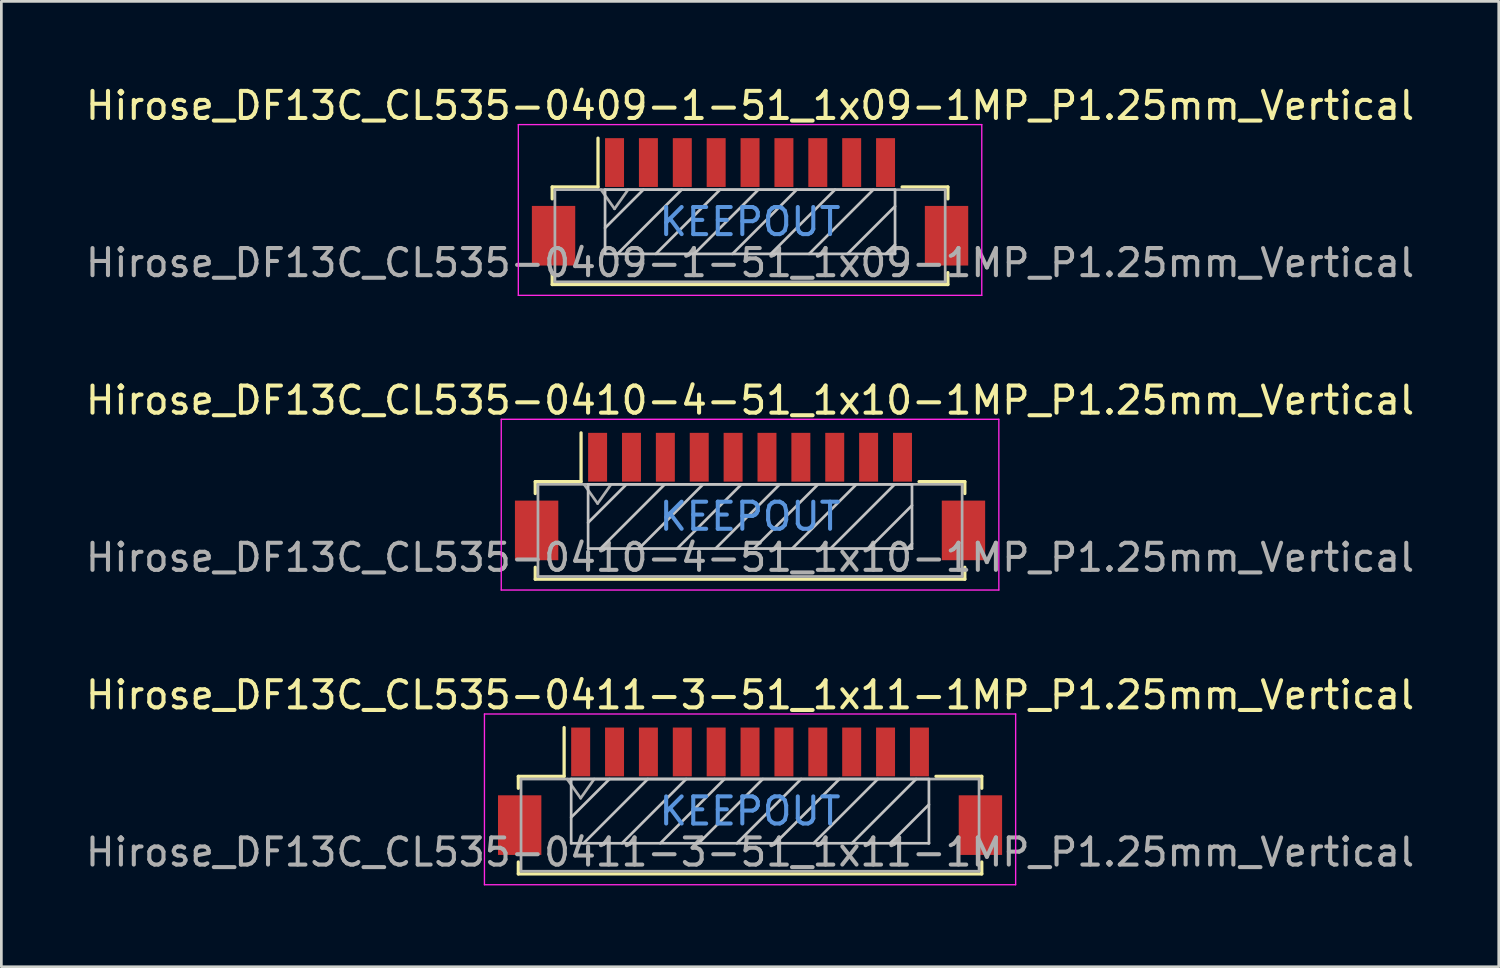
<source format=kicad_pcb>
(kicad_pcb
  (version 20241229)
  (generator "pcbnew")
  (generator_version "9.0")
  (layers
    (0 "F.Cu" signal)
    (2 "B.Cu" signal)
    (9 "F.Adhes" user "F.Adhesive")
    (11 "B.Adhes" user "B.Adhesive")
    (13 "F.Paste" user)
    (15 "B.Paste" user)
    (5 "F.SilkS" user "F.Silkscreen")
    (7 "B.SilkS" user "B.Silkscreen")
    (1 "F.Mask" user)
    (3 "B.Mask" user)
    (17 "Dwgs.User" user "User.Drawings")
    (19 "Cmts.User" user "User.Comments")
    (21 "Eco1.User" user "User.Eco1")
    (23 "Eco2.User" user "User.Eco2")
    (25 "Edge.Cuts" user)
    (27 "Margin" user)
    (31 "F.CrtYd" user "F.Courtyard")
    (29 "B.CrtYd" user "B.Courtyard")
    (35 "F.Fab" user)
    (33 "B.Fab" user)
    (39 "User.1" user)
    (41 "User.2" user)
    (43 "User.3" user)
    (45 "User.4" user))
  (footprint "Hirose_DF13C_CL535-0411-3-51_1x11-1MP_P1.25mm_Vertical"
    (layer "F.Cu")
    (at 24.625 26.145)
    (property "Reference" "Hirose_DF13C_CL535-0411-3-51_1x11-1MP_P1.25mm_Vertical" (at 0 -3.55 0) (layer "F.SilkS") (effects (font (size 1 1) (thickness 0.15))))
    (attr smd)
    (fp_line (start -8.55 -0.55) (end -8.55 -0.11) (stroke (width 0.12) (type solid)) (layer "F.SilkS"))
    (fp_line (start -8.55 2.61) (end -8.55 3.05) (stroke (width 0.12) (type solid)) (layer "F.SilkS"))
    (fp_line (start -8.55 3.05) (end 8.55 3.05) (stroke (width 0.12) (type solid)) (layer "F.SilkS"))
    (fp_line (start -6.86 -0.55) (end -8.55 -0.55) (stroke (width 0.12) (type solid)) (layer "F.SilkS"))
    (fp_line (start -6.86 -0.55) (end -6.86 -2.35) (stroke (width 0.12) (type solid)) (layer "F.SilkS"))
    (fp_line (start 6.86 -0.55) (end 8.55 -0.55) (stroke (width 0.12) (type solid)) (layer "F.SilkS"))
    (fp_line (start 8.55 -0.55) (end 8.55 -0.11) (stroke (width 0.12) (type solid)) (layer "F.SilkS"))
    (fp_line (start 8.55 3.05) (end 8.55 2.61) (stroke (width 0.12) (type solid)) (layer "F.SilkS"))
    (fp_line (start -6.6 -0.45) (end -6.6 1.92) (stroke (width 0.1) (type solid)) (layer "Dwgs.User"))
    (fp_line (start -6.6 1.92) (end 6.6 1.92) (stroke (width 0.1) (type solid)) (layer "Dwgs.User"))
    (fp_line (start -5.186 -0.45) (end -6.6 0.964) (stroke (width 0.1) (type solid)) (layer "Dwgs.User"))
    (fp_line (start -3.772 -0.45) (end -6.142 1.92) (stroke (width 0.1) (type solid)) (layer "Dwgs.User"))
    (fp_line (start -2.357 -0.45) (end -4.727 1.92) (stroke (width 0.1) (type solid)) (layer "Dwgs.User"))
    (fp_line (start -0.943 -0.45) (end -3.313 1.92) (stroke (width 0.1) (type solid)) (layer "Dwgs.User"))
    (fp_line (start 0.471 -0.45) (end -1.899 1.92) (stroke (width 0.1) (type solid)) (layer "Dwgs.User"))
    (fp_line (start 1.885 -0.45) (end -0.485 1.92) (stroke (width 0.1) (type solid)) (layer "Dwgs.User"))
    (fp_line (start 3.299 -0.45) (end 0.929 1.92) (stroke (width 0.1) (type solid)) (layer "Dwgs.User"))
    (fp_line (start 4.714 -0.45) (end 2.344 1.92) (stroke (width 0.1) (type solid)) (layer "Dwgs.User"))
    (fp_line (start 6.128 -0.45) (end 3.758 1.92) (stroke (width 0.1) (type solid)) (layer "Dwgs.User"))
    (fp_line (start 6.6 -0.45) (end -6.6 -0.45) (stroke (width 0.1) (type solid)) (layer "Dwgs.User"))
    (fp_line (start 6.6 0.492) (end 5.172 1.92) (stroke (width 0.1) (type solid)) (layer "Dwgs.User"))
    (fp_line (start 6.6 1.906) (end 6.586 1.92) (stroke (width 0.1) (type solid)) (layer "Dwgs.User"))
    (fp_line (start 6.6 1.92) (end 6.6 -0.45) (stroke (width 0.1) (type solid)) (layer "Dwgs.User"))
    (fp_line (start -9.8 -2.85) (end -9.8 3.45) (stroke (width 0.05) (type solid)) (layer "F.CrtYd"))
    (fp_line (start -9.8 3.45) (end 9.8 3.45) (stroke (width 0.05) (type solid)) (layer "F.CrtYd"))
    (fp_line (start 9.8 -2.85) (end -9.8 -2.85) (stroke (width 0.05) (type solid)) (layer "F.CrtYd"))
    (fp_line (start 9.8 3.45) (end 9.8 -2.85) (stroke (width 0.05) (type solid)) (layer "F.CrtYd"))
    (fp_line (start -8.45 -0.45) (end -8.45 2.95) (stroke (width 0.1) (type solid)) (layer "F.Fab"))
    (fp_line (start -8.45 2.95) (end 8.45 2.95) (stroke (width 0.1) (type solid)) (layer "F.Fab"))
    (fp_line (start -6.75 -0.45) (end -6.25 0.257) (stroke (width 0.1) (type solid)) (layer "F.Fab"))
    (fp_line (start -6.25 0.257) (end -5.75 -0.45) (stroke (width 0.1) (type solid)) (layer "F.Fab"))
    (fp_line (start 8.45 -0.45) (end -8.45 -0.45) (stroke (width 0.1) (type solid)) (layer "F.Fab"))
    (fp_line (start 8.45 2.95) (end 8.45 -0.45) (stroke (width 0.1) (type solid)) (layer "F.Fab"))
    (fp_text user "KEEPOUT" (at 0 0.735 0) (layer "Cmts.User") (effects (font (size 1 1) (thickness 0.15))))
    (fp_text user "${REFERENCE}" (at 0 2.25 0) (layer "F.Fab") (effects (font (size 1 1) (thickness 0.15))))
    (pad "1" smd rect (at -6.25 -1.45) (size 0.7 1.8) (layers "F.Cu" "F.Mask" "F.Paste"))
    (pad "2" smd rect (at -5 -1.45) (size 0.7 1.8) (layers "F.Cu" "F.Mask" "F.Paste"))
    (pad "3" smd rect (at -3.75 -1.45) (size 0.7 1.8) (layers "F.Cu" "F.Mask" "F.Paste"))
    (pad "4" smd rect (at -2.5 -1.45) (size 0.7 1.8) (layers "F.Cu" "F.Mask" "F.Paste"))
    (pad "5" smd rect (at -1.25 -1.45) (size 0.7 1.8) (layers "F.Cu" "F.Mask" "F.Paste"))
    (pad "6" smd rect (at 0 -1.45) (size 0.7 1.8) (layers "F.Cu" "F.Mask" "F.Paste"))
    (pad "7" smd rect (at 1.25 -1.45) (size 0.7 1.8) (layers "F.Cu" "F.Mask" "F.Paste"))
    (pad "8" smd rect (at 2.5 -1.45) (size 0.7 1.8) (layers "F.Cu" "F.Mask" "F.Paste"))
    (pad "9" smd rect (at 3.75 -1.45) (size 0.7 1.8) (layers "F.Cu" "F.Mask" "F.Paste"))
    (pad "10" smd rect (at 5 -1.45) (size 0.7 1.8) (layers "F.Cu" "F.Mask" "F.Paste"))
    (pad "11" smd rect (at 6.25 -1.45) (size 0.7 1.8) (layers "F.Cu" "F.Mask" "F.Paste"))
    (pad "MP" smd rect (at -8.5 1.25) (size 1.6 2.2) (layers "F.Cu" "F.Mask" "F.Paste"))
    (pad "MP" smd rect (at 8.5 1.25) (size 1.6 2.2) (layers "F.Cu" "F.Mask" "F.Paste")))
  (footprint "Hirose_DF13C_CL535-0409-1-51_1x09-1MP_P1.25mm_Vertical"
    (layer "F.Cu")
    (at 24.625 4.398)
    (property "Reference" "Hirose_DF13C_CL535-0409-1-51_1x09-1MP_P1.25mm_Vertical" (at 0 -3.55 0) (layer "F.SilkS") (effects (font (size 1 1) (thickness 0.15))))
    (attr smd)
    (fp_line (start -7.3 -0.55) (end -7.3 -0.11) (stroke (width 0.12) (type solid)) (layer "F.SilkS"))
    (fp_line (start -7.3 2.61) (end -7.3 3.05) (stroke (width 0.12) (type solid)) (layer "F.SilkS"))
    (fp_line (start -7.3 3.05) (end 7.3 3.05) (stroke (width 0.12) (type solid)) (layer "F.SilkS"))
    (fp_line (start -5.61 -0.55) (end -7.3 -0.55) (stroke (width 0.12) (type solid)) (layer "F.SilkS"))
    (fp_line (start -5.61 -0.55) (end -5.61 -2.35) (stroke (width 0.12) (type solid)) (layer "F.SilkS"))
    (fp_line (start 5.61 -0.55) (end 7.3 -0.55) (stroke (width 0.12) (type solid)) (layer "F.SilkS"))
    (fp_line (start 7.3 -0.55) (end 7.3 -0.11) (stroke (width 0.12) (type solid)) (layer "F.SilkS"))
    (fp_line (start 7.3 3.05) (end 7.3 2.61) (stroke (width 0.12) (type solid)) (layer "F.SilkS"))
    (fp_line (start -5.35 -0.45) (end -5.35 1.92) (stroke (width 0.1) (type solid)) (layer "Dwgs.User"))
    (fp_line (start -5.35 1.92) (end 5.35 1.92) (stroke (width 0.1) (type solid)) (layer "Dwgs.User"))
    (fp_line (start -3.936 -0.45) (end -5.35 0.964) (stroke (width 0.1) (type solid)) (layer "Dwgs.User"))
    (fp_line (start -2.522 -0.45) (end -4.892 1.92) (stroke (width 0.1) (type solid)) (layer "Dwgs.User"))
    (fp_line (start -1.107 -0.45) (end -3.477 1.92) (stroke (width 0.1) (type solid)) (layer "Dwgs.User"))
    (fp_line (start 0.307 -0.45) (end -2.063 1.92) (stroke (width 0.1) (type solid)) (layer "Dwgs.User"))
    (fp_line (start 1.721 -0.45) (end -0.649 1.92) (stroke (width 0.1) (type solid)) (layer "Dwgs.User"))
    (fp_line (start 3.135 -0.45) (end 0.765 1.92) (stroke (width 0.1) (type solid)) (layer "Dwgs.User"))
    (fp_line (start 4.549 -0.45) (end 2.179 1.92) (stroke (width 0.1) (type solid)) (layer "Dwgs.User"))
    (fp_line (start 5.35 -0.45) (end -5.35 -0.45) (stroke (width 0.1) (type solid)) (layer "Dwgs.User"))
    (fp_line (start 5.35 0.164) (end 3.594 1.92) (stroke (width 0.1) (type solid)) (layer "Dwgs.User"))
    (fp_line (start 5.35 1.578) (end 5.008 1.92) (stroke (width 0.1) (type solid)) (layer "Dwgs.User"))
    (fp_line (start 5.35 1.92) (end 5.35 -0.45) (stroke (width 0.1) (type solid)) (layer "Dwgs.User"))
    (fp_line (start -8.55 -2.85) (end -8.55 3.45) (stroke (width 0.05) (type solid)) (layer "F.CrtYd"))
    (fp_line (start -8.55 3.45) (end 8.55 3.45) (stroke (width 0.05) (type solid)) (layer "F.CrtYd"))
    (fp_line (start 8.55 -2.85) (end -8.55 -2.85) (stroke (width 0.05) (type solid)) (layer "F.CrtYd"))
    (fp_line (start 8.55 3.45) (end 8.55 -2.85) (stroke (width 0.05) (type solid)) (layer "F.CrtYd"))
    (fp_line (start -7.2 -0.45) (end -7.2 2.95) (stroke (width 0.1) (type solid)) (layer "F.Fab"))
    (fp_line (start -7.2 2.95) (end 7.2 2.95) (stroke (width 0.1) (type solid)) (layer "F.Fab"))
    (fp_line (start -5.5 -0.45) (end -5 0.257) (stroke (width 0.1) (type solid)) (layer "F.Fab"))
    (fp_line (start -5 0.257) (end -4.5 -0.45) (stroke (width 0.1) (type solid)) (layer "F.Fab"))
    (fp_line (start 7.2 -0.45) (end -7.2 -0.45) (stroke (width 0.1) (type solid)) (layer "F.Fab"))
    (fp_line (start 7.2 2.95) (end 7.2 -0.45) (stroke (width 0.1) (type solid)) (layer "F.Fab"))
    (fp_text user "KEEPOUT" (at 0 0.735 0) (layer "Cmts.User") (effects (font (size 1 1) (thickness 0.15))))
    (fp_text user "${REFERENCE}" (at 0 2.25 0) (layer "F.Fab") (effects (font (size 1 1) (thickness 0.15))))
    (pad "1" smd rect (at -5 -1.45) (size 0.7 1.8) (layers "F.Cu" "F.Mask" "F.Paste"))
    (pad "2" smd rect (at -3.75 -1.45) (size 0.7 1.8) (layers "F.Cu" "F.Mask" "F.Paste"))
    (pad "3" smd rect (at -2.5 -1.45) (size 0.7 1.8) (layers "F.Cu" "F.Mask" "F.Paste"))
    (pad "4" smd rect (at -1.25 -1.45) (size 0.7 1.8) (layers "F.Cu" "F.Mask" "F.Paste"))
    (pad "5" smd rect (at 0 -1.45) (size 0.7 1.8) (layers "F.Cu" "F.Mask" "F.Paste"))
    (pad "6" smd rect (at 1.25 -1.45) (size 0.7 1.8) (layers "F.Cu" "F.Mask" "F.Paste"))
    (pad "7" smd rect (at 2.5 -1.45) (size 0.7 1.8) (layers "F.Cu" "F.Mask" "F.Paste"))
    (pad "8" smd rect (at 3.75 -1.45) (size 0.7 1.8) (layers "F.Cu" "F.Mask" "F.Paste"))
    (pad "9" smd rect (at 5 -1.45) (size 0.7 1.8) (layers "F.Cu" "F.Mask" "F.Paste"))
    (pad "MP" smd rect (at -7.25 1.25) (size 1.6 2.2) (layers "F.Cu" "F.Mask" "F.Paste"))
    (pad "MP" smd rect (at 7.25 1.25) (size 1.6 2.2) (layers "F.Cu" "F.Mask" "F.Paste")))
  (footprint "Hirose_DF13C_CL535-0410-4-51_1x10-1MP_P1.25mm_Vertical"
    (layer "F.Cu")
    (at 24.625 15.271)
    (property "Reference" "Hirose_DF13C_CL535-0410-4-51_1x10-1MP_P1.25mm_Vertical" (at 0 -3.55 0) (layer "F.SilkS") (effects (font (size 1 1) (thickness 0.15))))
    (attr smd)
    (fp_line (start -7.925 -0.55) (end -7.925 -0.11) (stroke (width 0.12) (type solid)) (layer "F.SilkS"))
    (fp_line (start -7.925 2.61) (end -7.925 3.05) (stroke (width 0.12) (type solid)) (layer "F.SilkS"))
    (fp_line (start -7.925 3.05) (end 7.925 3.05) (stroke (width 0.12) (type solid)) (layer "F.SilkS"))
    (fp_line (start -6.235 -0.55) (end -7.925 -0.55) (stroke (width 0.12) (type solid)) (layer "F.SilkS"))
    (fp_line (start -6.235 -0.55) (end -6.235 -2.35) (stroke (width 0.12) (type solid)) (layer "F.SilkS"))
    (fp_line (start 6.235 -0.55) (end 7.925 -0.55) (stroke (width 0.12) (type solid)) (layer "F.SilkS"))
    (fp_line (start 7.925 -0.55) (end 7.925 -0.11) (stroke (width 0.12) (type solid)) (layer "F.SilkS"))
    (fp_line (start 7.925 3.05) (end 7.925 2.61) (stroke (width 0.12) (type solid)) (layer "F.SilkS"))
    (fp_line (start -5.975 -0.45) (end -5.975 1.92) (stroke (width 0.1) (type solid)) (layer "Dwgs.User"))
    (fp_line (start -5.975 1.92) (end 5.975 1.92) (stroke (width 0.1) (type solid)) (layer "Dwgs.User"))
    (fp_line (start -4.561 -0.45) (end -5.975 0.964) (stroke (width 0.1) (type solid)) (layer "Dwgs.User"))
    (fp_line (start -3.147 -0.45) (end -5.517 1.92) (stroke (width 0.1) (type solid)) (layer "Dwgs.User"))
    (fp_line (start -1.732 -0.45) (end -4.102 1.92) (stroke (width 0.1) (type solid)) (layer "Dwgs.User"))
    (fp_line (start -0.318 -0.45) (end -2.688 1.92) (stroke (width 0.1) (type solid)) (layer "Dwgs.User"))
    (fp_line (start 1.096 -0.45) (end -1.274 1.92) (stroke (width 0.1) (type solid)) (layer "Dwgs.User"))
    (fp_line (start 2.51 -0.45) (end 0.14 1.92) (stroke (width 0.1) (type solid)) (layer "Dwgs.User"))
    (fp_line (start 3.924 -0.45) (end 1.554 1.92) (stroke (width 0.1) (type solid)) (layer "Dwgs.User"))
    (fp_line (start 5.339 -0.45) (end 2.969 1.92) (stroke (width 0.1) (type solid)) (layer "Dwgs.User"))
    (fp_line (start 5.975 -0.45) (end -5.975 -0.45) (stroke (width 0.1) (type solid)) (layer "Dwgs.User"))
    (fp_line (start 5.975 0.328) (end 4.383 1.92) (stroke (width 0.1) (type solid)) (layer "Dwgs.User"))
    (fp_line (start 5.975 1.742) (end 5.797 1.92) (stroke (width 0.1) (type solid)) (layer "Dwgs.User"))
    (fp_line (start 5.975 1.92) (end 5.975 -0.45) (stroke (width 0.1) (type solid)) (layer "Dwgs.User"))
    (fp_line (start -9.18 -2.85) (end -9.18 3.45) (stroke (width 0.05) (type solid)) (layer "F.CrtYd"))
    (fp_line (start -9.18 3.45) (end 9.18 3.45) (stroke (width 0.05) (type solid)) (layer "F.CrtYd"))
    (fp_line (start 9.18 -2.85) (end -9.18 -2.85) (stroke (width 0.05) (type solid)) (layer "F.CrtYd"))
    (fp_line (start 9.18 3.45) (end 9.18 -2.85) (stroke (width 0.05) (type solid)) (layer "F.CrtYd"))
    (fp_line (start -7.825 -0.45) (end -7.825 2.95) (stroke (width 0.1) (type solid)) (layer "F.Fab"))
    (fp_line (start -7.825 2.95) (end 7.825 2.95) (stroke (width 0.1) (type solid)) (layer "F.Fab"))
    (fp_line (start -6.125 -0.45) (end -5.625 0.257) (stroke (width 0.1) (type solid)) (layer "F.Fab"))
    (fp_line (start -5.625 0.257) (end -5.125 -0.45) (stroke (width 0.1) (type solid)) (layer "F.Fab"))
    (fp_line (start 7.825 -0.45) (end -7.825 -0.45) (stroke (width 0.1) (type solid)) (layer "F.Fab"))
    (fp_line (start 7.825 2.95) (end 7.825 -0.45) (stroke (width 0.1) (type solid)) (layer "F.Fab"))
    (fp_text user "KEEPOUT" (at 0 0.735 0) (layer "Cmts.User") (effects (font (size 1 1) (thickness 0.15))))
    (fp_text user "${REFERENCE}" (at 0 2.25 0) (layer "F.Fab") (effects (font (size 1 1) (thickness 0.15))))
    (pad "1" smd rect (at -5.625 -1.45) (size 0.7 1.8) (layers "F.Cu" "F.Mask" "F.Paste"))
    (pad "2" smd rect (at -4.375 -1.45) (size 0.7 1.8) (layers "F.Cu" "F.Mask" "F.Paste"))
    (pad "3" smd rect (at -3.125 -1.45) (size 0.7 1.8) (layers "F.Cu" "F.Mask" "F.Paste"))
    (pad "4" smd rect (at -1.875 -1.45) (size 0.7 1.8) (layers "F.Cu" "F.Mask" "F.Paste"))
    (pad "5" smd rect (at -0.625 -1.45) (size 0.7 1.8) (layers "F.Cu" "F.Mask" "F.Paste"))
    (pad "6" smd rect (at 0.625 -1.45) (size 0.7 1.8) (layers "F.Cu" "F.Mask" "F.Paste"))
    (pad "7" smd rect (at 1.875 -1.45) (size 0.7 1.8) (layers "F.Cu" "F.Mask" "F.Paste"))
    (pad "8" smd rect (at 3.125 -1.45) (size 0.7 1.8) (layers "F.Cu" "F.Mask" "F.Paste"))
    (pad "9" smd rect (at 4.375 -1.45) (size 0.7 1.8) (layers "F.Cu" "F.Mask" "F.Paste"))
    (pad "10" smd rect (at 5.625 -1.45) (size 0.7 1.8) (layers "F.Cu" "F.Mask" "F.Paste"))
    (pad "MP" smd rect (at -7.875 1.25) (size 1.6 2.2) (layers "F.Cu" "F.Mask" "F.Paste"))
    (pad "MP" smd rect (at 7.875 1.25) (size 1.6 2.2) (layers "F.Cu" "F.Mask" "F.Paste")))
  (gr_rect
    (start -3 -3)
    (end 52.25 32.62)
    (stroke (width 0.1) (type default))
    (fill no)
    (layer "Edge.Cuts")))
</source>
